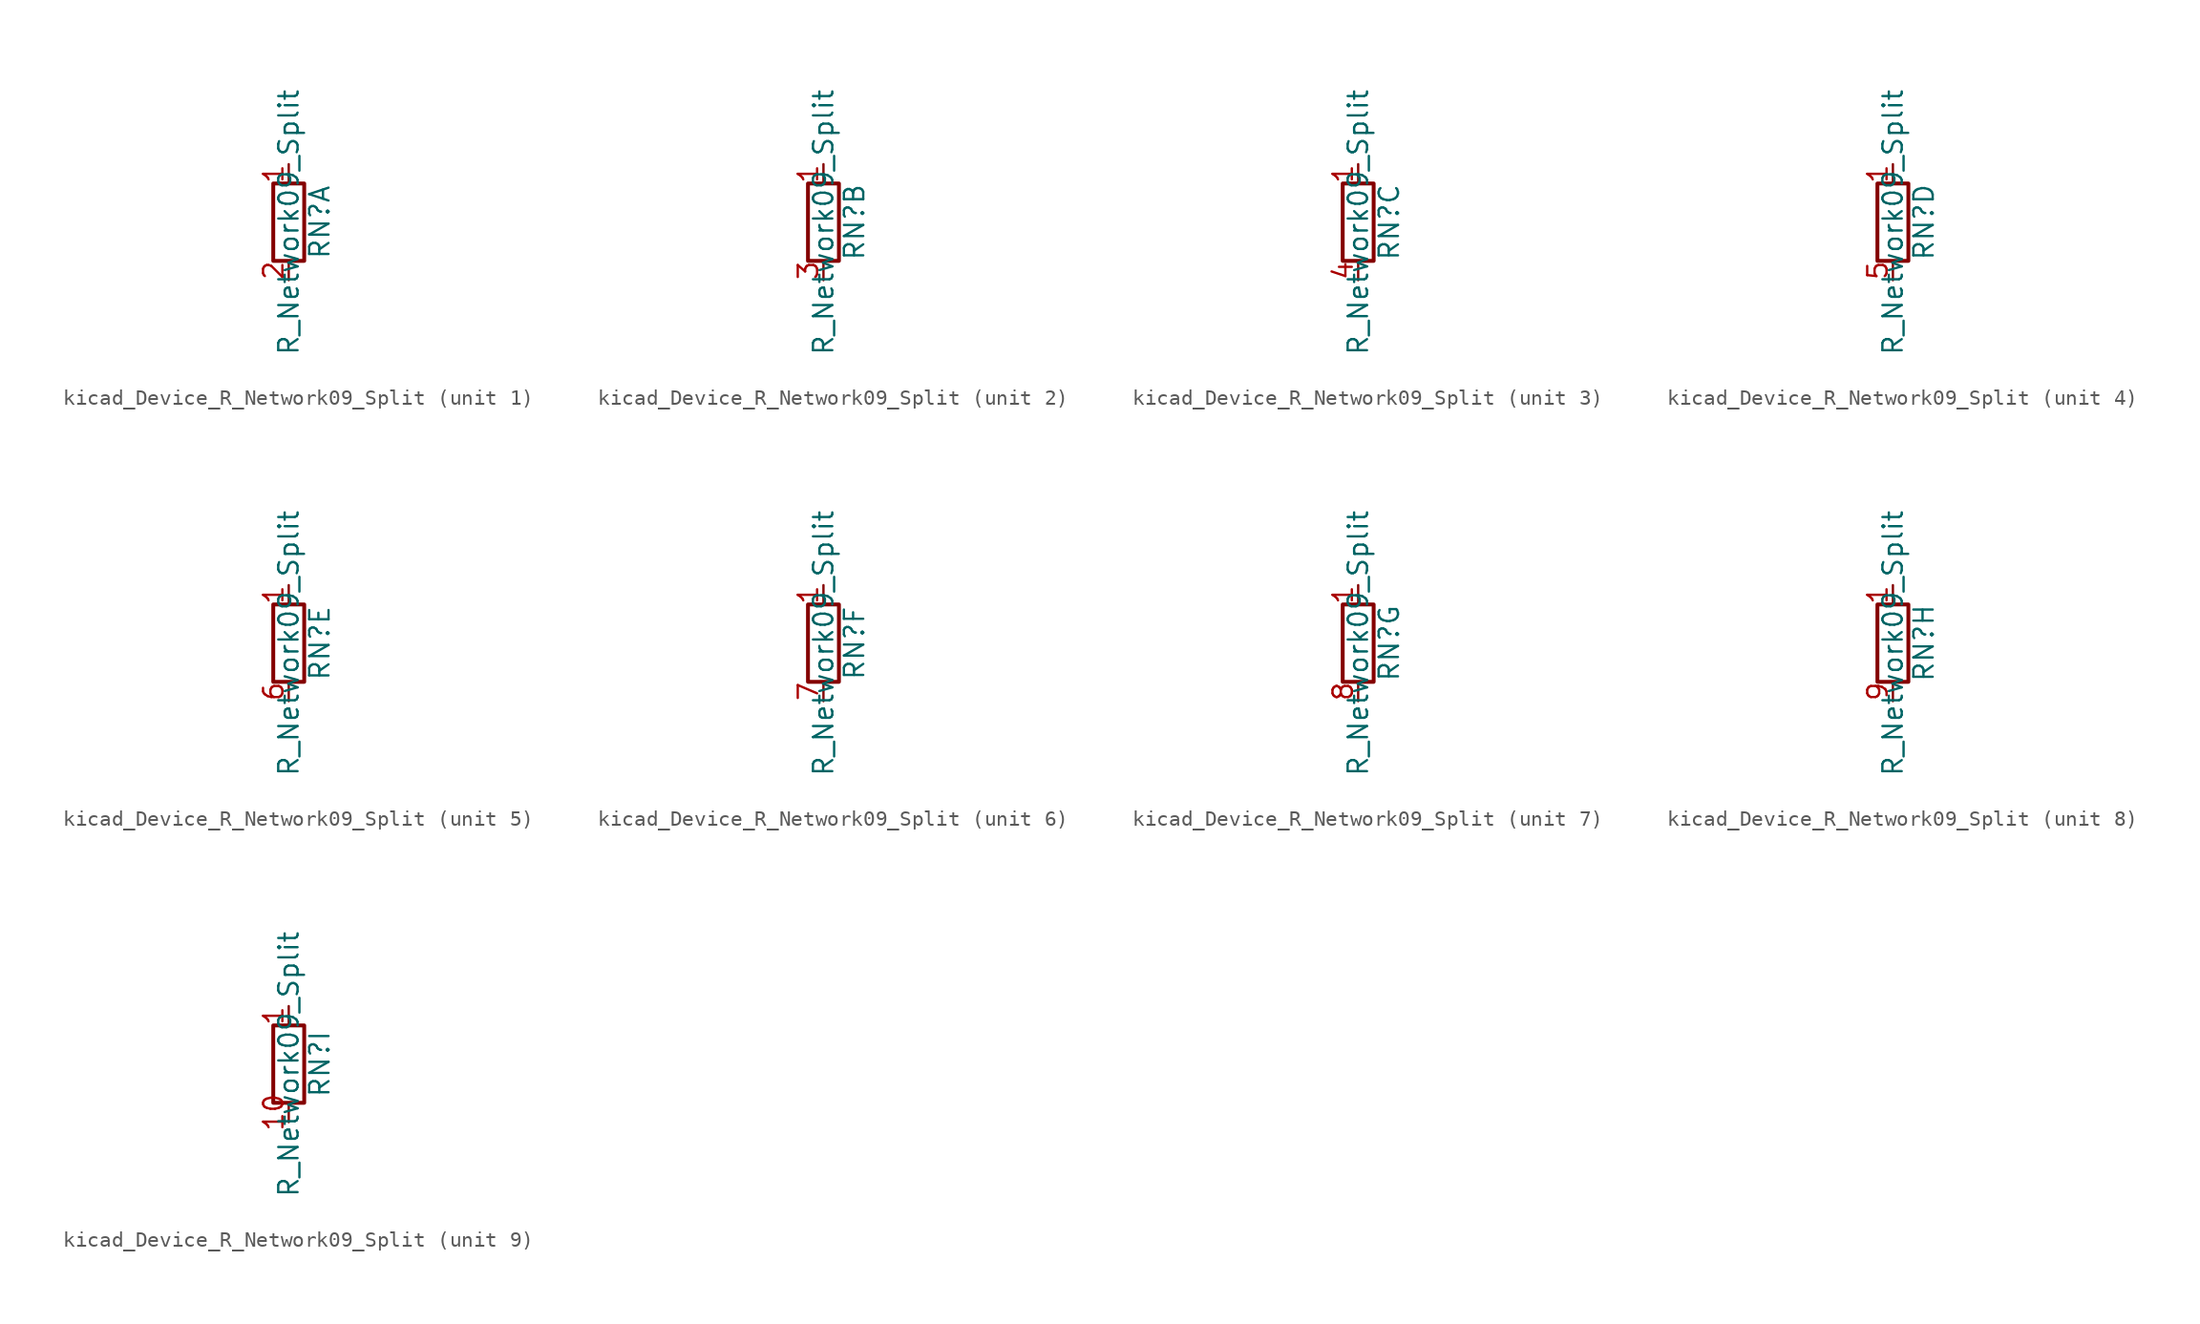
<source format=kicad_sym>
(kicad_symbol_lib
  (version 20220914)
  (generator kicad_symbol_editor)
  (symbol "kicad_Device_R_Network09_Split"
    (pin_names
      (offset 0) hide)
    (property "Reference" "RN"
      (at 2.032 0 90)
      (effects (font (size 1.27 1.27))))
    (property "Value" "R_Network09_Split"
      (at 0 0 90)
      (effects (font (size 1.27 1.27))))
    (symbol "kicad_Device_R_Network09_Split_0_1"
      (rectangle (start 1.016 2.54) (end -1.016 -2.54) (stroke (width 0.254) (type default)) (fill (type none)))
      (pin passive line (at 0 3.81 270) (length 1.27) (name "R1" (effects (font (size 1.27 1.27)))) (number "1" (effects (font (size 1.27 1.27))))))
    (symbol "kicad_Device_R_Network09_Split_1_1"
      (pin passive line (at 0 -3.81 90) (length 1.27) (name "R1.2" (effects (font (size 1.27 1.27)))) (number "2" (effects (font (size 1.27 1.27))))))
    (symbol "kicad_Device_R_Network09_Split_2_1"
      (pin passive line (at 0 -3.81 90) (length 1.27) (name "R2.2" (effects (font (size 1.27 1.27)))) (number "3" (effects (font (size 1.27 1.27))))))
    (symbol "kicad_Device_R_Network09_Split_3_1"
      (pin passive line (at 0 -3.81 90) (length 1.27) (name "R3.2" (effects (font (size 1.27 1.27)))) (number "4" (effects (font (size 1.27 1.27))))))
    (symbol "kicad_Device_R_Network09_Split_4_1"
      (pin passive line (at 0 -3.81 90) (length 1.27) (name "R4.2" (effects (font (size 1.27 1.27)))) (number "5" (effects (font (size 1.27 1.27))))))
    (symbol "kicad_Device_R_Network09_Split_5_1"
      (pin passive line (at 0 -3.81 90) (length 1.27) (name "R5.2" (effects (font (size 1.27 1.27)))) (number "6" (effects (font (size 1.27 1.27))))))
    (symbol "kicad_Device_R_Network09_Split_6_1"
      (pin passive line (at 0 -3.81 90) (length 1.27) (name "R6.2" (effects (font (size 1.27 1.27)))) (number "7" (effects (font (size 1.27 1.27))))))
    (symbol "kicad_Device_R_Network09_Split_7_1"
      (pin passive line (at 0 -3.81 90) (length 1.27) (name "R7.2" (effects (font (size 1.27 1.27)))) (number "8" (effects (font (size 1.27 1.27))))))
    (symbol "kicad_Device_R_Network09_Split_8_1"
      (pin passive line (at 0 -3.81 90) (length 1.27) (name "R8.2" (effects (font (size 1.27 1.27)))) (number "9" (effects (font (size 1.27 1.27))))))
    (symbol "kicad_Device_R_Network09_Split_9_1"
      (pin passive line (at 0 -3.81 90) (length 1.27) (name "R9.2" (effects (font (size 1.27 1.27)))) (number "10" (effects (font (size 1.27 1.27))))))))
</source>
